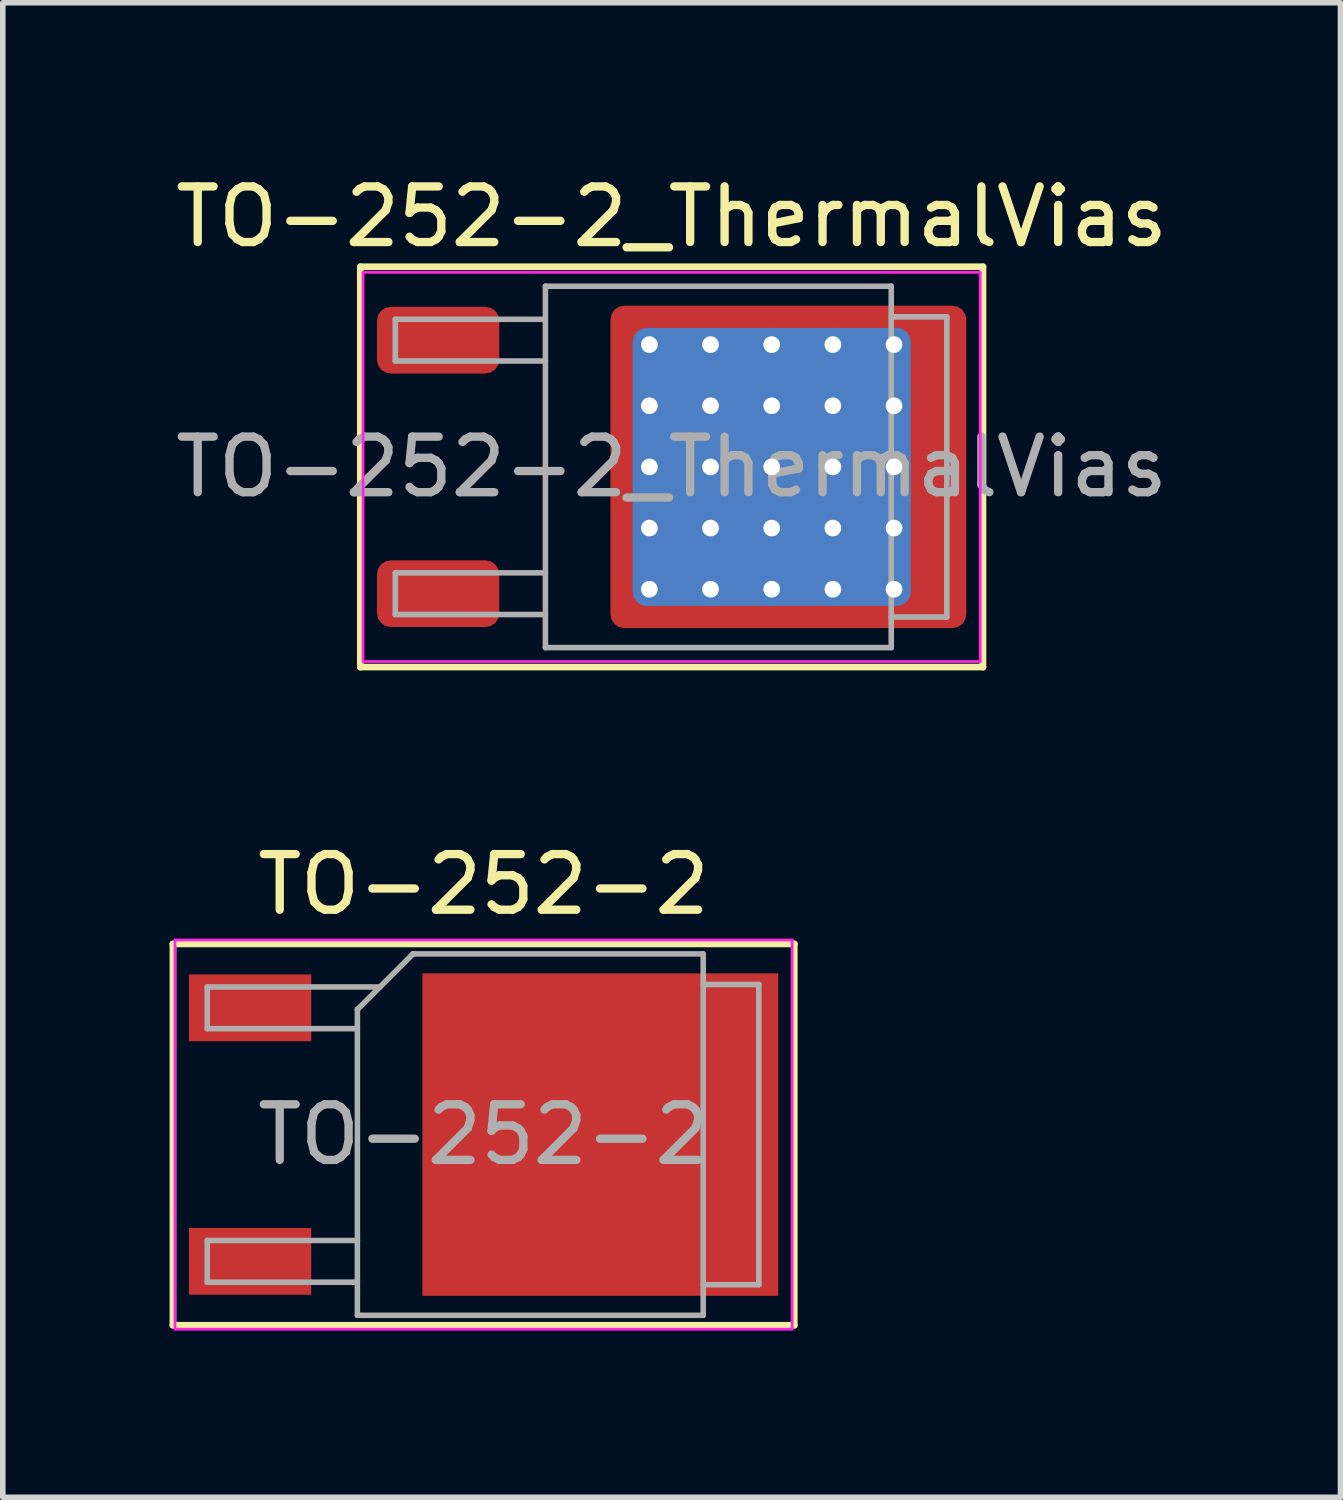
<source format=kicad_pcb>
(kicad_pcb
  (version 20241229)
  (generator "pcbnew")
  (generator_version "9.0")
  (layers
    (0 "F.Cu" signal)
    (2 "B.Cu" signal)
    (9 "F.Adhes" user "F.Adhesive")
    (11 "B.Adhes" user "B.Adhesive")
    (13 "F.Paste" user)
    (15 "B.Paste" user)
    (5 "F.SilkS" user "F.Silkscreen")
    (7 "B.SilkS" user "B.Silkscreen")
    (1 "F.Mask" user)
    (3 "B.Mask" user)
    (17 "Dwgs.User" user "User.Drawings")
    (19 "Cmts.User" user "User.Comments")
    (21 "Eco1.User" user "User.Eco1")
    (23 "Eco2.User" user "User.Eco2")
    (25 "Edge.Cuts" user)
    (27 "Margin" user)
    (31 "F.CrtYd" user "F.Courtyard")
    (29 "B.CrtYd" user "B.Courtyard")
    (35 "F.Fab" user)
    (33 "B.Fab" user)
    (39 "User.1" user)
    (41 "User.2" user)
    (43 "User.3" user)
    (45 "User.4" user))
  (footprint "TO-252-2"
    (layer "F.Cu")
    (at 5.648 17.357)
    (property "Reference" "TO-252-2" (at 0 -4.5 0) (layer "F.SilkS") (effects (font (size 1 1) (thickness 0.15))))
    (attr smd)
    (fp_line (start -5.588 -3.429) (end -5.588 3.429) (stroke (width 0.12) (type solid)) (layer "F.SilkS"))
    (fp_line (start -5.588 3.429) (end 5.588 3.429) (stroke (width 0.12) (type solid)) (layer "F.SilkS"))
    (fp_line (start 5.588 -3.429) (end -5.588 -3.429) (stroke (width 0.12) (type solid)) (layer "F.SilkS"))
    (fp_line (start 5.588 3.429) (end 5.588 -3.429) (stroke (width 0.12) (type solid)) (layer "F.SilkS"))
    (fp_line (start -5.55 -3.5) (end -5.55 3.5) (stroke (width 0.05) (type solid)) (layer "F.CrtYd"))
    (fp_line (start -5.55 3.5) (end 5.55 3.5) (stroke (width 0.05) (type solid)) (layer "F.CrtYd"))
    (fp_line (start 5.55 -3.5) (end -5.55 -3.5) (stroke (width 0.05) (type solid)) (layer "F.CrtYd"))
    (fp_line (start 5.55 3.5) (end 5.55 -3.5) (stroke (width 0.05) (type solid)) (layer "F.CrtYd"))
    (fp_line (start -4.97 -2.655) (end -4.97 -1.905) (stroke (width 0.1) (type solid)) (layer "F.Fab"))
    (fp_line (start -4.97 -1.905) (end -2.27 -1.905) (stroke (width 0.1) (type solid)) (layer "F.Fab"))
    (fp_line (start -4.97 1.905) (end -4.97 2.655) (stroke (width 0.1) (type solid)) (layer "F.Fab"))
    (fp_line (start -4.97 2.655) (end -2.27 2.655) (stroke (width 0.1) (type solid)) (layer "F.Fab"))
    (fp_line (start -2.27 -2.25) (end -1.27 -3.25) (stroke (width 0.1) (type solid)) (layer "F.Fab"))
    (fp_line (start -2.27 1.905) (end -4.97 1.905) (stroke (width 0.1) (type solid)) (layer "F.Fab"))
    (fp_line (start -2.27 3.25) (end -2.27 -2.25) (stroke (width 0.1) (type solid)) (layer "F.Fab"))
    (fp_line (start -1.865 -2.655) (end -4.97 -2.655) (stroke (width 0.1) (type solid)) (layer "F.Fab"))
    (fp_line (start -1.27 -3.25) (end 3.95 -3.25) (stroke (width 0.1) (type solid)) (layer "F.Fab"))
    (fp_line (start 3.95 -3.25) (end 3.95 3.25) (stroke (width 0.1) (type solid)) (layer "F.Fab"))
    (fp_line (start 3.95 -2.7) (end 4.95 -2.7) (stroke (width 0.1) (type solid)) (layer "F.Fab"))
    (fp_line (start 3.95 3.25) (end -2.27 3.25) (stroke (width 0.1) (type solid)) (layer "F.Fab"))
    (fp_line (start 4.95 -2.7) (end 4.95 2.7) (stroke (width 0.1) (type solid)) (layer "F.Fab"))
    (fp_line (start 4.95 2.7) (end 3.95 2.7) (stroke (width 0.1) (type solid)) (layer "F.Fab"))
    (fp_text user "${REFERENCE}" (at 0 0 0) (layer "F.Fab") (effects (font (size 1 1) (thickness 0.15))))
    (pad "" smd rect (at 0.425 -1.525) (size 3.05 2.75) (layers "F.Paste"))
    (pad "" smd rect (at 0.425 1.525) (size 3.05 2.75) (layers "F.Paste"))
    (pad "" smd rect (at 3.775 -1.525) (size 3.05 2.75) (layers "F.Paste"))
    (pad "" smd rect (at 3.775 1.525) (size 3.05 2.75) (layers "F.Paste"))
    (pad "1" smd rect (at -4.2 -2.28) (size 2.2 1.2) (layers "F.Cu" "F.Mask" "F.Paste"))
    (pad "2" smd rect (at 2.1 0) (size 6.4 5.8) (layers "F.Cu" "F.Mask"))
    (pad "3" smd rect (at -4.2 2.28) (size 2.2 1.2) (layers "F.Cu" "F.Mask" "F.Paste")))
  (footprint "TO-252-2_ThermalVias"
    (layer "F.Cu")
    (at 9.03 5.348)
    (property "Reference" "TO-252-2_ThermalVias" (at 0 -4.5 0) (layer "F.SilkS") (effects (font (size 1 1) (thickness 0.15))))
    (attr smd)
    (fp_line (start -5.6 -3.6) (end -5.6 3.6) (stroke (width 0.12) (type solid)) (layer "F.SilkS"))
    (fp_line (start -5.6 3.6) (end 5.6 3.6) (stroke (width 0.12) (type solid)) (layer "F.SilkS"))
    (fp_line (start 5.6 -3.6) (end -5.6 -3.6) (stroke (width 0.12) (type solid)) (layer "F.SilkS"))
    (fp_line (start 5.6 3.6) (end 5.6 -3.6) (stroke (width 0.12) (type solid)) (layer "F.SilkS"))
    (fp_line (start -5.55 -3.5) (end -5.55 3.5) (stroke (width 0.05) (type solid)) (layer "F.CrtYd"))
    (fp_line (start -5.55 3.5) (end 5.55 3.5) (stroke (width 0.05) (type solid)) (layer "F.CrtYd"))
    (fp_line (start 5.55 -3.5) (end -5.55 -3.5) (stroke (width 0.05) (type solid)) (layer "F.CrtYd"))
    (fp_line (start 5.55 3.5) (end 5.55 -3.5) (stroke (width 0.05) (type solid)) (layer "F.CrtYd"))
    (fp_line (start -4.97 -2.655) (end -4.97 -1.905) (stroke (width 0.1) (type solid)) (layer "F.Fab"))
    (fp_line (start -4.97 -1.905) (end -2.27 -1.905) (stroke (width 0.1) (type solid)) (layer "F.Fab"))
    (fp_line (start -4.97 1.905) (end -4.97 2.655) (stroke (width 0.1) (type solid)) (layer "F.Fab"))
    (fp_line (start -4.97 2.655) (end -2.27 2.655) (stroke (width 0.1) (type solid)) (layer "F.Fab"))
    (fp_line (start -2.3 -2.655) (end -4.97 -2.655) (stroke (width 0.1) (type solid)) (layer "F.Fab"))
    (fp_line (start -2.27 -3.25) (end 3.95 -3.25) (stroke (width 0.1) (type solid)) (layer "F.Fab"))
    (fp_line (start -2.27 1.905) (end -4.97 1.905) (stroke (width 0.1) (type solid)) (layer "F.Fab"))
    (fp_line (start -2.27 3.25) (end -2.27 -3.25) (stroke (width 0.1) (type solid)) (layer "F.Fab"))
    (fp_line (start 3.95 -3.25) (end 3.95 3.25) (stroke (width 0.1) (type solid)) (layer "F.Fab"))
    (fp_line (start 3.95 -2.7) (end 4.95 -2.7) (stroke (width 0.1) (type solid)) (layer "F.Fab"))
    (fp_line (start 3.95 3.25) (end -2.27 3.25) (stroke (width 0.1) (type solid)) (layer "F.Fab"))
    (fp_line (start 4.95 -2.7) (end 4.95 2.7) (stroke (width 0.1) (type solid)) (layer "F.Fab"))
    (fp_line (start 4.95 2.7) (end 3.95 2.7) (stroke (width 0.1) (type solid)) (layer "F.Fab"))
    (fp_text user "${REFERENCE}" (at 0 0 0) (layer "F.Fab") (effects (font (size 1 1) (thickness 0.15))))
    (pad "" smd roundrect (at -0.8 -2.55 90) (size 0.5 0.5) (layers "F.Paste") (roundrect_rratio 0.25))
    (pad "" smd roundrect (at -0.8 -1.65 90) (size 0.9 0.5) (layers "F.Paste") (roundrect_rratio 0.25))
    (pad "" smd roundrect (at -0.8 -0.55 90) (size 0.9 0.5) (layers "F.Paste") (roundrect_rratio 0.25))
    (pad "" smd roundrect (at -0.8 0.55 90) (size 0.9 0.5) (layers "F.Paste") (roundrect_rratio 0.25))
    (pad "" smd roundrect (at -0.8 1.65 90) (size 0.9 0.5) (layers "F.Paste") (roundrect_rratio 0.25))
    (pad "" smd roundrect (at -0.8 2.6 90) (size 0.5 0.5) (layers "F.Paste") (roundrect_rratio 0.25))
    (pad "" smd roundrect (at 0.15 -2.55) (size 0.9 0.5) (layers "F.Paste") (roundrect_rratio 0.25))
    (pad "" smd roundrect (at 0.15 -1.65) (size 0.9 0.9) (layers "F.Paste") (roundrect_rratio 0.25))
    (pad "" smd roundrect (at 0.15 -0.55) (size 0.9 0.9) (layers "F.Paste") (roundrect_rratio 0.25))
    (pad "" smd roundrect (at 0.15 0.55) (size 0.9 0.9) (layers "F.Paste") (roundrect_rratio 0.25))
    (pad "" smd roundrect (at 0.15 1.65) (size 0.9 0.9) (layers "F.Paste") (roundrect_rratio 0.25))
    (pad "" smd roundrect (at 0.15 2.6) (size 0.9 0.5) (layers "F.Paste") (roundrect_rratio 0.25))
    (pad "" smd roundrect (at 1.25 -2.55) (size 0.9 0.5) (layers "F.Paste") (roundrect_rratio 0.25))
    (pad "" smd roundrect (at 1.25 -1.65) (size 0.9 0.9) (layers "F.Paste") (roundrect_rratio 0.25))
    (pad "" smd roundrect (at 1.25 -0.55) (size 0.9 0.9) (layers "F.Paste") (roundrect_rratio 0.25))
    (pad "" smd roundrect (at 1.25 0.55) (size 0.9 0.9) (layers "F.Paste") (roundrect_rratio 0.25))
    (pad "" smd roundrect (at 1.25 1.65) (size 0.9 0.9) (layers "F.Paste") (roundrect_rratio 0.25))
    (pad "" smd roundrect (at 1.25 2.6) (size 0.9 0.5) (layers "F.Paste") (roundrect_rratio 0.25))
    (pad "" smd roundrect (at 2.35 -2.55) (size 0.9 0.5) (layers "F.Paste") (roundrect_rratio 0.25))
    (pad "" smd roundrect (at 2.35 -1.65) (size 0.9 0.9) (layers "F.Paste") (roundrect_rratio 0.25))
    (pad "" smd roundrect (at 2.35 -0.55) (size 0.9 0.9) (layers "F.Paste") (roundrect_rratio 0.25))
    (pad "" smd roundrect (at 2.35 0.55) (size 0.9 0.9) (layers "F.Paste") (roundrect_rratio 0.25))
    (pad "" smd roundrect (at 2.35 1.65) (size 0.9 0.9) (layers "F.Paste") (roundrect_rratio 0.25))
    (pad "" smd roundrect (at 2.35 2.6) (size 0.9 0.5) (layers "F.Paste") (roundrect_rratio 0.25))
    (pad "" smd roundrect (at 3.45 -2.55) (size 0.9 0.5) (layers "F.Paste") (roundrect_rratio 0.25))
    (pad "" smd roundrect (at 3.45 -1.65) (size 0.9 0.9) (layers "F.Paste") (roundrect_rratio 0.25))
    (pad "" smd roundrect (at 3.45 -0.55) (size 0.9 0.9) (layers "F.Paste") (roundrect_rratio 0.25))
    (pad "" smd roundrect (at 3.45 0.55) (size 0.9 0.9) (layers "F.Paste") (roundrect_rratio 0.25))
    (pad "" smd roundrect (at 3.45 1.65) (size 0.9 0.9) (layers "F.Paste") (roundrect_rratio 0.25))
    (pad "" smd roundrect (at 3.45 2.6) (size 0.9 0.5) (layers "F.Paste") (roundrect_rratio 0.25))
    (pad "" smd roundrect (at 4.6 -2.55 90) (size 0.5 0.9) (layers "F.Paste") (roundrect_rratio 0.25))
    (pad "" smd roundrect (at 4.6 -1.65 90) (size 0.9 0.9) (layers "F.Paste") (roundrect_rratio 0.25))
    (pad "" smd roundrect (at 4.6 -0.55 90) (size 0.9 0.9) (layers "F.Paste") (roundrect_rratio 0.25))
    (pad "" smd roundrect (at 4.6 0.55 90) (size 0.9 0.9) (layers "F.Paste") (roundrect_rratio 0.25))
    (pad "" smd roundrect (at 4.6 1.65 90) (size 0.9 0.9) (layers "F.Paste") (roundrect_rratio 0.25))
    (pad "" smd roundrect (at 4.6 2.6 90) (size 0.5 0.9) (layers "F.Paste") (roundrect_rratio 0.25))
    (pad "1" smd roundrect (at -4.2 -2.28) (size 2.2 1.2) (layers "F.Cu" "F.Mask" "F.Paste") (roundrect_rratio 0.208))
    (pad "2" thru_hole circle (at -0.4 -2.2) (size 0.6 0.6) (drill 0.3) (property pad_prop_heatsink) (layers "*.Cu"))
    (pad "2" thru_hole circle (at -0.4 -1.1) (size 0.6 0.6) (drill 0.3) (property pad_prop_heatsink) (layers "*.Cu"))
    (pad "2" thru_hole circle (at -0.4 0) (size 0.6 0.6) (drill 0.3) (property pad_prop_heatsink) (layers "*.Cu"))
    (pad "2" thru_hole circle (at -0.4 1.1) (size 0.6 0.6) (drill 0.3) (property pad_prop_heatsink) (layers "*.Cu"))
    (pad "2" thru_hole circle (at -0.4 2.2) (size 0.6 0.6) (drill 0.3) (property pad_prop_heatsink) (layers "*.Cu"))
    (pad "2" thru_hole circle (at 0.7 -2.2) (size 0.6 0.6) (drill 0.3) (property pad_prop_heatsink) (layers "*.Cu"))
    (pad "2" thru_hole circle (at 0.7 -1.1) (size 0.6 0.6) (drill 0.3) (property pad_prop_heatsink) (layers "*.Cu"))
    (pad "2" thru_hole circle (at 0.7 0) (size 0.6 0.6) (drill 0.3) (property pad_prop_heatsink) (layers "*.Cu"))
    (pad "2" thru_hole circle (at 0.7 1.1) (size 0.6 0.6) (drill 0.3) (property pad_prop_heatsink) (layers "*.Cu"))
    (pad "2" thru_hole circle (at 0.7 2.2) (size 0.6 0.6) (drill 0.3) (property pad_prop_heatsink) (layers "*.Cu"))
    (pad "2" thru_hole circle (at 1.8 -2.2) (size 0.6 0.6) (drill 0.3) (property pad_prop_heatsink) (layers "*.Cu"))
    (pad "2" thru_hole circle (at 1.8 -1.1) (size 0.6 0.6) (drill 0.3) (property pad_prop_heatsink) (layers "*.Cu"))
    (pad "2" thru_hole circle (at 1.8 0) (size 0.6 0.6) (drill 0.3) (property pad_prop_heatsink) (layers "*.Cu"))
    (pad "2" smd roundrect (at 1.8 0) (size 5 5) (layers "B.Cu" "B.Mask") (roundrect_rratio 0.05))
    (pad "2" thru_hole circle (at 1.8 1.1) (size 0.6 0.6) (drill 0.3) (property pad_prop_heatsink) (layers "*.Cu"))
    (pad "2" thru_hole circle (at 1.8 2.2) (size 0.6 0.6) (drill 0.3) (property pad_prop_heatsink) (layers "*.Cu"))
    (pad "2" smd roundrect (at 2.1 0) (size 6.4 5.8) (layers "F.Cu" "F.Mask") (roundrect_rratio 0.043))
    (pad "2" thru_hole circle (at 2.9 -2.2) (size 0.6 0.6) (drill 0.3) (property pad_prop_heatsink) (layers "*.Cu"))
    (pad "2" thru_hole circle (at 2.9 -1.1) (size 0.6 0.6) (drill 0.3) (property pad_prop_heatsink) (layers "*.Cu"))
    (pad "2" thru_hole circle (at 2.9 0) (size 0.6 0.6) (drill 0.3) (property pad_prop_heatsink) (layers "*.Cu"))
    (pad "2" thru_hole circle (at 2.9 1.1) (size 0.6 0.6) (drill 0.3) (property pad_prop_heatsink) (layers "*.Cu"))
    (pad "2" thru_hole circle (at 2.9 2.2) (size 0.6 0.6) (drill 0.3) (property pad_prop_heatsink) (layers "*.Cu"))
    (pad "2" thru_hole circle (at 4 -2.2) (size 0.6 0.6) (drill 0.3) (property pad_prop_heatsink) (layers "*.Cu"))
    (pad "2" thru_hole circle (at 4 -1.1) (size 0.6 0.6) (drill 0.3) (property pad_prop_heatsink) (layers "*.Cu"))
    (pad "2" thru_hole circle (at 4 0) (size 0.6 0.6) (drill 0.3) (property pad_prop_heatsink) (layers "*.Cu"))
    (pad "2" thru_hole circle (at 4 1.1) (size 0.6 0.6) (drill 0.3) (property pad_prop_heatsink) (layers "*.Cu"))
    (pad "2" thru_hole circle (at 4 2.2) (size 0.6 0.6) (drill 0.3) (property pad_prop_heatsink) (layers "*.Cu"))
    (pad "3" smd roundrect (at -4.2 2.28) (size 2.2 1.2) (layers "F.Cu" "F.Mask" "F.Paste") (roundrect_rratio 0.208)))
  (gr_rect
    (start -3 -3)
    (end 21.06 23.881)
    (stroke (width 0.1) (type default))
    (fill no)
    (layer "Edge.Cuts")))
</source>
